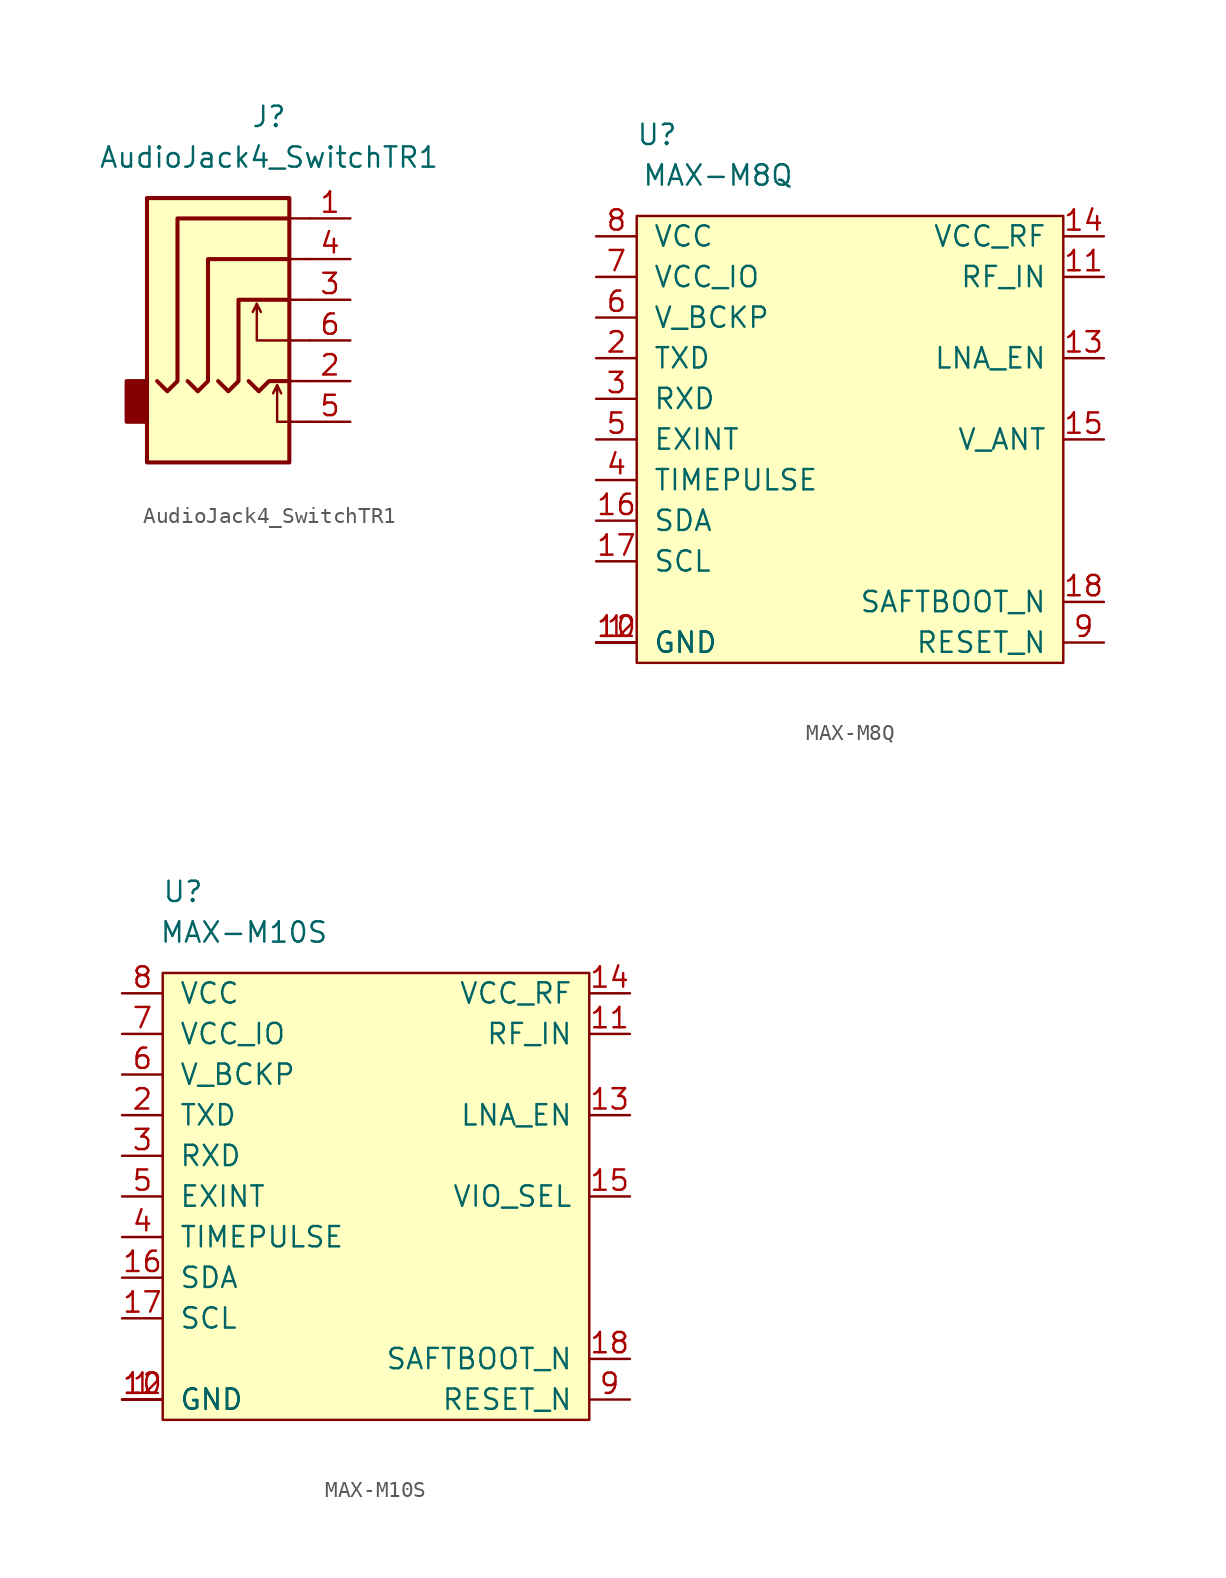
<source format=kicad_sym>
(kicad_symbol_lib
  (version 20211014)
  (generator kicad_symbol_editor)
  (symbol "AudioJack4_SwitchTR1"
    (property "Reference" "J"
      (at 0 11.43 0)
      (effects (font (size 1.27 1.27))))
    (property "Value" "AudioJack4_SwitchTR1"
      (at 0 8.89 0)
      (effects (font (size 1.27 1.27))))
    (symbol "AudioJack4_SwitchTR1_0_1"
      (rectangle (start -7.62 -5.08) (end -8.89 -7.62) (stroke (width 0.254) (type default) (color 0 0 0 0)) (fill (type outline)))
      (polyline (pts (xy 1.27 -5.08) (xy 2.54 -5.08)) (stroke (width 0) (type default) (color 0 0 0 0)) (fill (type none)))
      (polyline (pts (xy 1.27 2.54) (xy 2.54 2.54)) (stroke (width 0) (type default) (color 0 0 0 0)) (fill (type none)))
      (polyline (pts (xy 2.54 0) (xy 1.27 0)) (stroke (width 0) (type default) (color 0 0 0 0)) (fill (type none)))
      (polyline (pts (xy 2.54 5.08) (xy 1.27 5.08)) (stroke (width 0) (type default) (color 0 0 0 0)) (fill (type none)))
      (rectangle (start 1.27 6.35) (end -7.62 -10.16) (stroke (width 0.254) (type default) (color 0 0 0 0)) (fill (type background))))
    (symbol "AudioJack4_SwitchTR1_1_1"
      (polyline (pts (xy -0.762 -0.254) (xy -0.508 -0.762)) (stroke (width 0) (type default) (color 0 0 0 0)) (fill (type none)))
      (polyline (pts (xy 0.508 -5.334) (xy 0.762 -5.842)) (stroke (width 0) (type default) (color 0 0 0 0)) (fill (type none)))
      (polyline (pts (xy -1.27 -5.08) (xy -0.635 -5.715) (xy 0 -5.08) (xy 1.27 -5.08)) (stroke (width 0.254) (type default) (color 0 0 0 0)) (fill (type none)))
      (polyline (pts (xy 2.54 -7.62) (xy 0.508 -7.62) (xy 0.508 -5.334) (xy 0.254 -5.842)) (stroke (width 0) (type default) (color 0 0 0 0)) (fill (type none)))
      (polyline (pts (xy 2.54 -2.54) (xy -0.762 -2.54) (xy -0.762 -0.254) (xy -1.016 -0.762)) (stroke (width 0) (type default) (color 0 0 0 0)) (fill (type none)))
      (polyline (pts (xy -3.175 -5.08) (xy -2.54 -5.715) (xy -1.905 -5.08) (xy -1.905 0) (xy 1.27 0)) (stroke (width 0.254) (type default) (color 0 0 0 0)) (fill (type none)))
      (polyline (pts (xy 1.27 2.54) (xy -3.81 2.54) (xy -3.81 -5.08) (xy -4.445 -5.715) (xy -5.08 -5.08)) (stroke (width 0.254) (type default) (color 0 0 0 0)) (fill (type none)))
      (polyline (pts (xy 1.27 5.08) (xy -5.715 5.08) (xy -5.715 -5.08) (xy -6.35 -5.715) (xy -6.985 -5.08)) (stroke (width 0.254) (type default) (color 0 0 0 0)) (fill (type none)))
      (pin passive line (at 5.08 5.08 180) (length 2.54) (name "~" (effects (font (size 1.27 1.27)))) (number "1" (effects (font (size 1.27 1.27)))))
      (pin passive line (at 5.08 -5.08 180) (length 2.54) (name "~" (effects (font (size 1.27 1.27)))) (number "2" (effects (font (size 1.27 1.27)))))
      (pin passive line (at 5.08 0 180) (length 2.54) (name "~" (effects (font (size 1.27 1.27)))) (number "3" (effects (font (size 1.27 1.27)))))
      (pin passive line (at 5.08 2.54 180) (length 2.54) (name "~" (effects (font (size 1.27 1.27)))) (number "4" (effects (font (size 1.27 1.27)))))
      (pin passive line (at 5.08 -7.62 180) (length 2.54) (name "~" (effects (font (size 1.27 1.27)))) (number "5" (effects (font (size 1.27 1.27)))))
      (pin passive line (at 5.08 -2.54 180) (length 2.54) (name "~" (effects (font (size 1.27 1.27)))) (number "6" (effects (font (size 1.27 1.27)))))))
  (symbol "MAX-M8Q"
    (pin_names
      (offset 1.016))
    (property "Reference" "U"
      (at 1.27 33.02 0)
      (effects (font (size 1.27 1.27))))
    (property "Value" "MAX-M8Q"
      (at 5.08 30.48 0)
      (effects (font (size 1.27 1.27))))
    (symbol "MAX-M8Q_0_1"
      (rectangle (start 0 0) (end 26.67 27.94) (stroke (width 0) (type default) (color 0 0 0 0)) (fill (type background))))
    (symbol "MAX-M8Q_1_1"
      (pin input line (at -2.54 1.27 0) (length 2.54) (name "GND" (effects (font (size 1.27 1.27)))) (number "1" (effects (font (size 1.27 1.27)))))
      (pin input line (at -2.54 1.27 0) (length 2.54) (name "GND" (effects (font (size 1.27 1.27)))) (number "10" (effects (font (size 1.27 1.27)))))
      (pin input line (at 29.21 24.13 180) (length 2.54) (name "RF_IN" (effects (font (size 1.27 1.27)))) (number "11" (effects (font (size 1.27 1.27)))))
      (pin input line (at -2.54 1.27 0) (length 2.54) (name "GND" (effects (font (size 1.27 1.27)))) (number "12" (effects (font (size 1.27 1.27)))))
      (pin input line (at 29.21 19.05 180) (length 2.54) (name "LNA_EN" (effects (font (size 1.27 1.27)))) (number "13" (effects (font (size 1.27 1.27)))))
      (pin input line (at 29.21 26.67 180) (length 2.54) (name "VCC_RF" (effects (font (size 1.27 1.27)))) (number "14" (effects (font (size 1.27 1.27)))))
      (pin input line (at 29.21 13.97 180) (length 2.54) (name "V_ANT" (effects (font (size 1.27 1.27)))) (number "15" (effects (font (size 1.27 1.27)))))
      (pin input line (at -2.54 8.89 0) (length 2.54) (name "SDA" (effects (font (size 1.27 1.27)))) (number "16" (effects (font (size 1.27 1.27)))))
      (pin input line (at -2.54 6.35 0) (length 2.54) (name "SCL" (effects (font (size 1.27 1.27)))) (number "17" (effects (font (size 1.27 1.27)))))
      (pin input line (at 29.21 3.81 180) (length 2.54) (name "SAFTBOOT_N" (effects (font (size 1.27 1.27)))) (number "18" (effects (font (size 1.27 1.27)))))
      (pin input line (at -2.54 19.05 0) (length 2.54) (name "TXD" (effects (font (size 1.27 1.27)))) (number "2" (effects (font (size 1.27 1.27)))))
      (pin input line (at -2.54 16.51 0) (length 2.54) (name "RXD" (effects (font (size 1.27 1.27)))) (number "3" (effects (font (size 1.27 1.27)))))
      (pin input line (at -2.54 11.43 0) (length 2.54) (name "TIMEPULSE" (effects (font (size 1.27 1.27)))) (number "4" (effects (font (size 1.27 1.27)))))
      (pin input line (at -2.54 13.97 0) (length 2.54) (name "EXINT" (effects (font (size 1.27 1.27)))) (number "5" (effects (font (size 1.27 1.27)))))
      (pin input line (at -2.54 21.59 0) (length 2.54) (name "V_BCKP" (effects (font (size 1.27 1.27)))) (number "6" (effects (font (size 1.27 1.27)))))
      (pin input line (at -2.54 24.13 0) (length 2.54) (name "VCC_IO" (effects (font (size 1.27 1.27)))) (number "7" (effects (font (size 1.27 1.27)))))
      (pin input line (at -2.54 26.67 0) (length 2.54) (name "VCC" (effects (font (size 1.27 1.27)))) (number "8" (effects (font (size 1.27 1.27)))))
      (pin input line (at 29.21 1.27 180) (length 2.54) (name "RESET_N" (effects (font (size 1.27 1.27)))) (number "9" (effects (font (size 1.27 1.27)))))))
  (symbol "MAX-M10S"
    (pin_names
      (offset 1.016))
    (property "Reference" "U"
      (at 1.27 33.02 0)
      (effects (font (size 1.27 1.27))))
    (property "Value" "MAX-M10S"
      (at 5.08 30.48 0)
      (effects (font (size 1.27 1.27))))
    (symbol "MAX-M10S_0_1"
      (rectangle (start 0 0) (end 26.67 27.94) (stroke (width 0) (type default) (color 0 0 0 0)) (fill (type background))))
    (symbol "MAX-M10S_1_1"
      (pin input line (at -2.54 1.27 0) (length 2.54) (name "GND" (effects (font (size 1.27 1.27)))) (number "1" (effects (font (size 1.27 1.27)))))
      (pin input line (at -2.54 1.27 0) (length 2.54) (name "GND" (effects (font (size 1.27 1.27)))) (number "10" (effects (font (size 1.27 1.27)))))
      (pin input line (at 29.21 24.13 180) (length 2.54) (name "RF_IN" (effects (font (size 1.27 1.27)))) (number "11" (effects (font (size 1.27 1.27)))))
      (pin input line (at -2.54 1.27 0) (length 2.54) (name "GND" (effects (font (size 1.27 1.27)))) (number "12" (effects (font (size 1.27 1.27)))))
      (pin input line (at 29.21 19.05 180) (length 2.54) (name "LNA_EN" (effects (font (size 1.27 1.27)))) (number "13" (effects (font (size 1.27 1.27)))))
      (pin input line (at 29.21 26.67 180) (length 2.54) (name "VCC_RF" (effects (font (size 1.27 1.27)))) (number "14" (effects (font (size 1.27 1.27)))))
      (pin input line (at 29.21 13.97 180) (length 2.54) (name "VIO_SEL" (effects (font (size 1.27 1.27)))) (number "15" (effects (font (size 1.27 1.27)))))
      (pin input line (at -2.54 8.89 0) (length 2.54) (name "SDA" (effects (font (size 1.27 1.27)))) (number "16" (effects (font (size 1.27 1.27)))))
      (pin input line (at -2.54 6.35 0) (length 2.54) (name "SCL" (effects (font (size 1.27 1.27)))) (number "17" (effects (font (size 1.27 1.27)))))
      (pin input line (at 29.21 3.81 180) (length 2.54) (name "SAFTBOOT_N" (effects (font (size 1.27 1.27)))) (number "18" (effects (font (size 1.27 1.27)))))
      (pin input line (at -2.54 19.05 0) (length 2.54) (name "TXD" (effects (font (size 1.27 1.27)))) (number "2" (effects (font (size 1.27 1.27)))))
      (pin input line (at -2.54 16.51 0) (length 2.54) (name "RXD" (effects (font (size 1.27 1.27)))) (number "3" (effects (font (size 1.27 1.27)))))
      (pin input line (at -2.54 11.43 0) (length 2.54) (name "TIMEPULSE" (effects (font (size 1.27 1.27)))) (number "4" (effects (font (size 1.27 1.27)))))
      (pin input line (at -2.54 13.97 0) (length 2.54) (name "EXINT" (effects (font (size 1.27 1.27)))) (number "5" (effects (font (size 1.27 1.27)))))
      (pin input line (at -2.54 21.59 0) (length 2.54) (name "V_BCKP" (effects (font (size 1.27 1.27)))) (number "6" (effects (font (size 1.27 1.27)))))
      (pin input line (at -2.54 24.13 0) (length 2.54) (name "VCC_IO" (effects (font (size 1.27 1.27)))) (number "7" (effects (font (size 1.27 1.27)))))
      (pin input line (at -2.54 26.67 0) (length 2.54) (name "VCC" (effects (font (size 1.27 1.27)))) (number "8" (effects (font (size 1.27 1.27)))))
      (pin input line (at 29.21 1.27 180) (length 2.54) (name "RESET_N" (effects (font (size 1.27 1.27)))) (number "9" (effects (font (size 1.27 1.27))))))))
</source>
